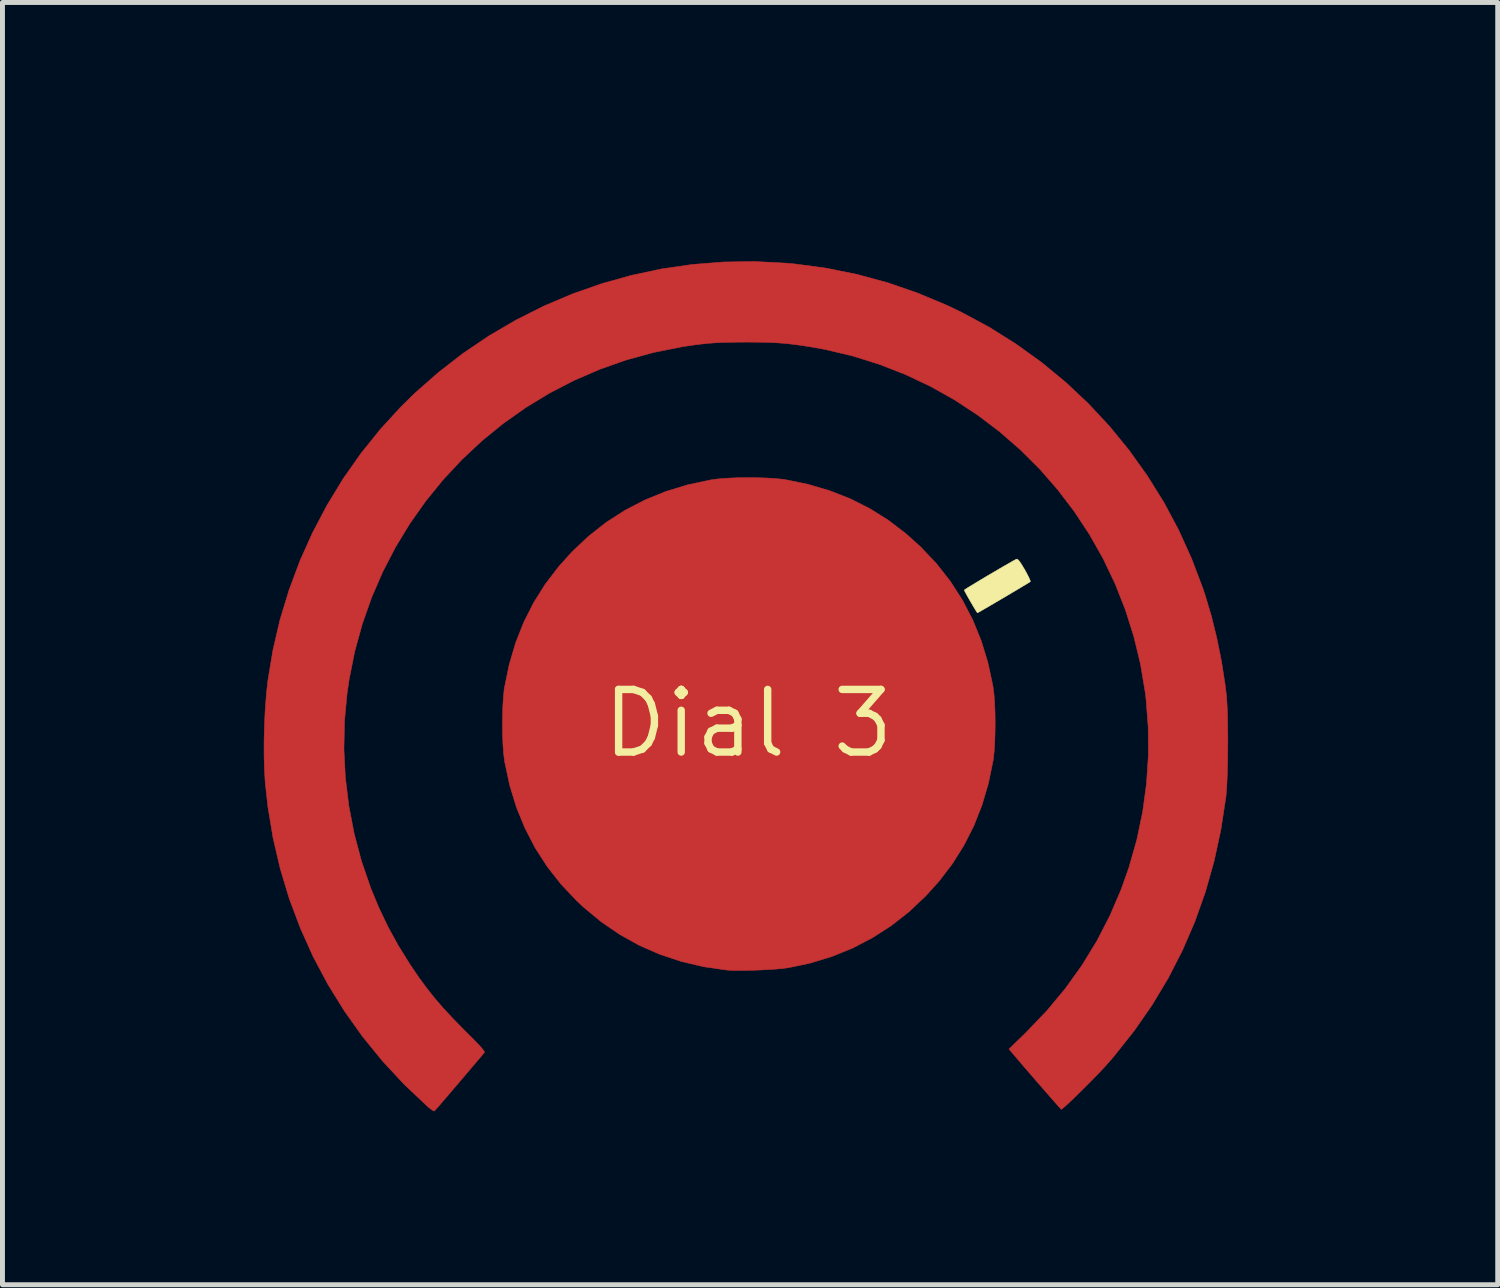
<source format=kicad_pcb>
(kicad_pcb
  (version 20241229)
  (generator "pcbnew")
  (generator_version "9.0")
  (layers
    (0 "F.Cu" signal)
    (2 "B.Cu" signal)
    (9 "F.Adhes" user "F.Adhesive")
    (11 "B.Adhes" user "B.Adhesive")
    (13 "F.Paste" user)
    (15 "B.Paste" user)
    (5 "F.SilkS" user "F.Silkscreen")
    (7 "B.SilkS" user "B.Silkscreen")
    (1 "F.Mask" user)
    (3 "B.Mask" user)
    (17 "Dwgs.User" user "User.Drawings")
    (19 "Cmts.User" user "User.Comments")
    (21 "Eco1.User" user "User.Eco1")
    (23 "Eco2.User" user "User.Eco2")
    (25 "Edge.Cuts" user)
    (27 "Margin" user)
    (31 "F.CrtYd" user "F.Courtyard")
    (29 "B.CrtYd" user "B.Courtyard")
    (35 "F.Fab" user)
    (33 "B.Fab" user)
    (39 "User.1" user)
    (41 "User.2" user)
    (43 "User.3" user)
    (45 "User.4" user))
  (footprint "Dial 3"
    (layer "F.Cu")
    (at 12.13 11.626)
    (property "Reference" "Dial 3" (at 0 0 0) (layer "F.SilkS") (effects (font (size 1.27 1.27) (thickness 0.15))))
    (attr through_hole)
    (fp_poly (pts (xy 0.178 -4.985) (xy 0.375 -4.979) (xy 0.554 -4.968) (xy 0.705 -4.953) (xy 0.751 -4.946) (xy 1.216 -4.85) (xy 1.656 -4.72) (xy 2.072 -4.557) (xy 2.467 -4.357) (xy 2.842 -4.122) (xy 3.199 -3.849) (xy 3.5 -3.578) (xy 3.818 -3.241) (xy 4.099 -2.883) (xy 4.344 -2.503) (xy 4.553 -2.101) (xy 4.725 -1.678) (xy 4.861 -1.233) (xy 4.961 -0.766) (xy 4.967 -0.73) (xy 4.984 -0.592) (xy 4.997 -0.423) (xy 5.005 -0.231) (xy 5.008 -0.028) (xy 5.006 0.177) (xy 5 0.374) (xy 4.989 0.553) (xy 4.974 0.704) (xy 4.967 0.751) (xy 4.871 1.216) (xy 4.741 1.656) (xy 4.577 2.073) (xy 4.377 2.468) (xy 4.142 2.844) (xy 3.869 3.201) (xy 3.599 3.5) (xy 3.262 3.818) (xy 2.903 4.1) (xy 2.522 4.345) (xy 2.121 4.555) (xy 1.698 4.727) (xy 1.257 4.862) (xy 0.815 4.955) (xy 0.713 4.969) (xy 0.579 4.982) (xy 0.423 4.992) (xy 0.255 5.001) (xy 0.083 5.007) (xy -0.082 5.011) (xy -0.232 5.012) (xy -0.356 5.009) (xy -0.434 5.003) (xy -0.907 4.935) (xy -1.36 4.828) (xy -1.795 4.684) (xy -2.21 4.502) (xy -2.606 4.282) (xy -2.982 4.025) (xy -3.339 3.73) (xy -3.479 3.599) (xy -3.797 3.263) (xy -4.078 2.905) (xy -4.323 2.525) (xy -4.531 2.123) (xy -4.704 1.7) (xy -4.84 1.255) (xy -4.94 0.787) (xy -4.946 0.751) (xy -4.963 0.613) (xy -4.976 0.443) (xy -4.984 0.252) (xy -4.987 0.048) (xy -4.985 -0.157) (xy -4.979 -0.354) (xy -4.968 -0.533) (xy -4.953 -0.684) (xy -4.946 -0.73) (xy -4.85 -1.195) (xy -4.72 -1.635) (xy -4.556 -2.051) (xy -4.357 -2.445) (xy -4.122 -2.82) (xy -3.85 -3.177) (xy -3.578 -3.479) (xy -3.242 -3.797) (xy -2.884 -4.078) (xy -2.504 -4.323) (xy -2.102 -4.531) (xy -1.679 -4.704) (xy -1.234 -4.84) (xy -0.766 -4.94) (xy -0.73 -4.946) (xy -0.592 -4.963) (xy -0.422 -4.976) (xy -0.231 -4.984) (xy -0.027 -4.987) (xy 0.178 -4.985)) (stroke (width 0.01) (type solid)) (fill yes) (layer "F.Cu"))
    (fp_poly (pts (xy 0.762 -9.338) (xy 0.942 -9.322) (xy 1.582 -9.236) (xy 2.209 -9.109) (xy 2.824 -8.942) (xy 3.428 -8.734) (xy 4.022 -8.486) (xy 4.329 -8.339) (xy 4.895 -8.034) (xy 5.436 -7.694) (xy 5.951 -7.323) (xy 6.439 -6.921) (xy 6.898 -6.489) (xy 7.328 -6.028) (xy 7.726 -5.541) (xy 8.093 -5.027) (xy 8.428 -4.49) (xy 8.728 -3.929) (xy 8.992 -3.346) (xy 9.221 -2.743) (xy 9.268 -2.602) (xy 9.395 -2.176) (xy 9.506 -1.723) (xy 9.6 -1.258) (xy 9.672 -0.793) (xy 9.698 -0.582) (xy 9.708 -0.457) (xy 9.717 -0.297) (xy 9.723 -0.111) (xy 9.726 0.095) (xy 9.728 0.314) (xy 9.727 0.537) (xy 9.724 0.757) (xy 9.719 0.968) (xy 9.712 1.161) (xy 9.703 1.329) (xy 9.692 1.464) (xy 9.687 1.503) (xy 9.586 2.163) (xy 9.447 2.803) (xy 9.271 3.423) (xy 9.058 4.023) (xy 8.807 4.604) (xy 8.519 5.166) (xy 8.193 5.709) (xy 7.828 6.235) (xy 7.425 6.743) (xy 7.299 6.889) (xy 7.23 6.966) (xy 7.144 7.058) (xy 7.047 7.159) (xy 6.942 7.266) (xy 6.835 7.374) (xy 6.728 7.48) (xy 6.627 7.579) (xy 6.535 7.667) (xy 6.457 7.739) (xy 6.397 7.793) (xy 6.359 7.822) (xy 6.349 7.827) (xy 6.332 7.81) (xy 6.291 7.765) (xy 6.23 7.696) (xy 6.151 7.606) (xy 6.058 7.5) (xy 5.955 7.381) (xy 5.844 7.254) (xy 5.73 7.122) (xy 5.615 6.989) (xy 5.504 6.859) (xy 5.399 6.736) (xy 5.391 6.726) (xy 5.288 6.606) (xy 5.64 6.264) (xy 6.053 5.832) (xy 6.429 5.381) (xy 6.768 4.908) (xy 7.07 4.415) (xy 7.335 3.901) (xy 7.565 3.365) (xy 7.722 2.921) (xy 7.881 2.363) (xy 8 1.795) (xy 8.078 1.222) (xy 8.116 0.645) (xy 8.112 0.069) (xy 8.068 -0.503) (xy 8.053 -0.624) (xy 7.957 -1.2) (xy 7.822 -1.76) (xy 7.65 -2.305) (xy 7.442 -2.833) (xy 7.199 -3.342) (xy 6.923 -3.831) (xy 6.615 -4.298) (xy 6.277 -4.742) (xy 5.911 -5.162) (xy 5.516 -5.555) (xy 5.096 -5.921) (xy 4.651 -6.258) (xy 4.183 -6.565) (xy 3.692 -6.84) (xy 3.182 -7.081) (xy 2.653 -7.287) (xy 2.106 -7.458) (xy 1.542 -7.59) (xy 1.27 -7.639) (xy 1.078 -7.669) (xy 0.906 -7.692) (xy 0.743 -7.71) (xy 0.58 -7.722) (xy 0.405 -7.73) (xy 0.21 -7.734) (xy -0.017 -7.736) (xy -0.042 -7.736) (xy -0.273 -7.734) (xy -0.471 -7.731) (xy -0.647 -7.723) (xy -0.811 -7.711) (xy -0.974 -7.694) (xy -1.144 -7.672) (xy -1.334 -7.643) (xy -1.355 -7.639) (xy -1.925 -7.525) (xy -2.479 -7.373) (xy -3.017 -7.183) (xy -3.537 -6.958) (xy -4.037 -6.699) (xy -4.515 -6.408) (xy -4.972 -6.085) (xy -5.404 -5.733) (xy -5.811 -5.352) (xy -6.191 -4.945) (xy -6.543 -4.512) (xy -6.865 -4.056) (xy -7.156 -3.577) (xy -7.415 -3.078) (xy -7.64 -2.559) (xy -7.829 -2.022) (xy -7.982 -1.469) (xy -8.096 -0.901) (xy -8.137 -0.627) (xy -8.191 -0.055) (xy -8.203 0.52) (xy -8.174 1.095) (xy -8.104 1.669) (xy -7.995 2.237) (xy -7.846 2.797) (xy -7.657 3.346) (xy -7.5 3.725) (xy -7.313 4.118) (xy -7.102 4.503) (xy -6.86 4.893) (xy -6.844 4.916) (xy -6.685 5.15) (xy -6.528 5.364) (xy -6.366 5.569) (xy -6.191 5.772) (xy -5.996 5.982) (xy -5.775 6.208) (xy -5.763 6.22) (xy -5.637 6.345) (xy -5.539 6.445) (xy -5.465 6.521) (xy -5.413 6.579) (xy -5.379 6.62) (xy -5.36 6.649) (xy -5.354 6.668) (xy -5.358 6.682) (xy -5.361 6.685) (xy -5.382 6.709) (xy -5.426 6.762) (xy -5.491 6.838) (xy -5.574 6.935) (xy -5.67 7.049) (xy -5.777 7.175) (xy -5.871 7.286) (xy -5.984 7.418) (xy -6.088 7.54) (xy -6.181 7.648) (xy -6.258 7.738) (xy -6.318 7.806) (xy -6.356 7.849) (xy -6.37 7.863) (xy -6.393 7.855) (xy -6.439 7.825) (xy -6.498 7.777) (xy -6.512 7.765) (xy -6.984 7.318) (xy -7.422 6.846) (xy -7.826 6.35) (xy -8.195 5.831) (xy -8.529 5.291) (xy -8.827 4.731) (xy -9.087 4.152) (xy -9.311 3.557) (xy -9.495 2.947) (xy -9.641 2.322) (xy -9.746 1.686) (xy -9.8 1.196) (xy -9.815 0.942) (xy -9.823 0.658) (xy -9.823 0.355) (xy -9.815 0.043) (xy -9.801 -0.264) (xy -9.779 -0.557) (xy -9.752 -0.825) (xy -9.746 -0.868) (xy -9.643 -1.489) (xy -9.5 -2.103) (xy -9.317 -2.705) (xy -9.097 -3.295) (xy -8.84 -3.869) (xy -8.547 -4.425) (xy -8.22 -4.962) (xy -7.86 -5.475) (xy -7.467 -5.964) (xy -7.044 -6.426) (xy -6.77 -6.695) (xy -6.287 -7.12) (xy -5.782 -7.511) (xy -5.256 -7.866) (xy -4.71 -8.185) (xy -4.147 -8.468) (xy -3.569 -8.713) (xy -2.977 -8.921) (xy -2.373 -9.09) (xy -1.759 -9.221) (xy -1.136 -9.311) (xy -0.508 -9.361) (xy 0.126 -9.371) (xy 0.762 -9.338)) (stroke (width 0.01) (type solid)) (fill yes) (layer "F.Cu"))
    (fp_poly (pts (xy 0.445 -9.525) (xy -0.127 -9.525) (xy -0.127 -11.62) (xy 0.445 -11.62) (xy 0.445 -9.525)) (stroke (width 0.01) (type solid)) (fill yes) (layer "F.Mask"))
    (fp_poly (pts (xy 12.137 -0.206) (xy 12.162 -0.206) (xy 12.163 -0.206) (xy 12.165 -0.184) (xy 12.169 -0.128) (xy 12.175 -0.045) (xy 12.181 0.057) (xy 12.182 0.09) (xy 12.198 0.381) (xy 11.607 0.381) (xy 11.421 0.382) (xy 11.218 0.383) (xy 11.012 0.386) (xy 10.816 0.389) (xy 10.642 0.393) (xy 10.557 0.395) (xy 10.097 0.409) (xy 10.097 -0.184) (xy 11.127 -0.197) (xy 11.332 -0.199) (xy 11.523 -0.202) (xy 11.697 -0.203) (xy 11.849 -0.205) (xy 11.976 -0.206) (xy 12.073 -0.206) (xy 12.137 -0.206)) (stroke (width 0.01) (type solid)) (fill yes) (layer "F.Mask"))
    (fp_poly (pts (xy -10.033 0.423) (xy -10.622 0.423) (xy -10.808 0.424) (xy -11.008 0.426) (xy -11.21 0.428) (xy -11.403 0.431) (xy -11.572 0.435) (xy -11.657 0.437) (xy -12.103 0.451) (xy -12.118 0.184) (xy -12.123 0.079) (xy -12.125 -0.011) (xy -12.125 -0.079) (xy -12.121 -0.115) (xy -12.121 -0.116) (xy -12.113 -0.126) (xy -12.092 -0.133) (xy -12.055 -0.139) (xy -11.998 -0.143) (xy -11.914 -0.146) (xy -11.8 -0.147) (xy -11.651 -0.148) (xy -11.551 -0.148) (xy -11.365 -0.149) (xy -11.159 -0.151) (xy -10.949 -0.153) (xy -10.748 -0.157) (xy -10.569 -0.161) (xy -10.513 -0.162) (xy -10.033 -0.176) (xy -10.033 0.423)) (stroke (width 0.01) (type solid)) (fill yes) (layer "F.Mask"))
    (fp_poly (pts (xy 7.904 6.565) (xy 7.95 6.605) (xy 8.018 6.668) (xy 8.106 6.75) (xy 8.21 6.847) (xy 8.326 6.957) (xy 8.451 7.075) (xy 8.581 7.199) (xy 8.712 7.324) (xy 8.841 7.448) (xy 8.964 7.566) (xy 9.078 7.676) (xy 9.178 7.774) (xy 9.262 7.856) (xy 9.325 7.92) (xy 9.365 7.961) (xy 9.377 7.975) (xy 9.363 7.997) (xy 9.326 8.042) (xy 9.272 8.101) (xy 9.209 8.169) (xy 9.143 8.237) (xy 9.081 8.3) (xy 9.03 8.349) (xy 8.997 8.377) (xy 8.988 8.382) (xy 8.968 8.367) (xy 8.921 8.327) (xy 8.851 8.263) (xy 8.761 8.18) (xy 8.654 8.08) (xy 8.535 7.967) (xy 8.407 7.845) (xy 8.403 7.841) (xy 8.266 7.709) (xy 8.131 7.578) (xy 8.002 7.453) (xy 7.886 7.34) (xy 7.786 7.243) (xy 7.707 7.166) (xy 7.664 7.123) (xy 7.486 6.945) (xy 7.673 6.748) (xy 7.746 6.674) (xy 7.809 6.613) (xy 7.857 6.57) (xy 7.884 6.551) (xy 7.886 6.551) (xy 7.904 6.565)) (stroke (width 0.01) (type solid)) (fill yes) (layer "F.Mask"))
    (fp_poly (pts (xy -8.689 -8.13) (xy -8.642 -8.089) (xy -8.573 -8.025) (xy -8.485 -7.942) (xy -8.38 -7.845) (xy -8.264 -7.735) (xy -8.14 -7.617) (xy -8.011 -7.494) (xy -7.881 -7.37) (xy -7.754 -7.248) (xy -7.634 -7.131) (xy -7.524 -7.025) (xy -7.427 -6.93) (xy -7.349 -6.853) (xy -7.294 -6.797) (xy -7.211 -6.711) (xy -7.399 -6.515) (xy -7.472 -6.44) (xy -7.535 -6.378) (xy -7.582 -6.334) (xy -7.608 -6.314) (xy -7.609 -6.314) (xy -7.628 -6.327) (xy -7.675 -6.367) (xy -7.745 -6.431) (xy -7.837 -6.516) (xy -7.947 -6.619) (xy -8.071 -6.738) (xy -8.209 -6.869) (xy -8.355 -7.01) (xy -8.361 -7.016) (xy -8.507 -7.158) (xy -8.643 -7.291) (xy -8.767 -7.413) (xy -8.875 -7.52) (xy -8.964 -7.61) (xy -9.032 -7.679) (xy -9.075 -7.725) (xy -9.091 -7.744) (xy -9.091 -7.744) (xy -9.077 -7.771) (xy -9.04 -7.818) (xy -8.986 -7.879) (xy -8.923 -7.948) (xy -8.858 -8.015) (xy -8.797 -8.075) (xy -8.746 -8.12) (xy -8.714 -8.143) (xy -8.708 -8.145) (xy -8.689 -8.13)) (stroke (width 0.01) (type solid)) (fill yes) (layer "F.Mask"))
    (fp_poly (pts (xy 8.541 -8.027) (xy 8.584 -7.99) (xy 8.641 -7.935) (xy 8.707 -7.87) (xy 8.773 -7.802) (xy 8.833 -7.738) (xy 8.88 -7.684) (xy 8.907 -7.648) (xy 8.911 -7.638) (xy 8.896 -7.621) (xy 8.854 -7.577) (xy 8.789 -7.512) (xy 8.704 -7.428) (xy 8.602 -7.329) (xy 8.487 -7.217) (xy 8.364 -7.098) (xy 8.234 -6.974) (xy 8.103 -6.848) (xy 7.974 -6.724) (xy 7.849 -6.606) (xy 7.734 -6.496) (xy 7.631 -6.399) (xy 7.544 -6.318) (xy 7.477 -6.256) (xy 7.432 -6.217) (xy 7.415 -6.204) (xy 7.395 -6.219) (xy 7.352 -6.26) (xy 7.292 -6.32) (xy 7.221 -6.393) (xy 7.209 -6.405) (xy 7.02 -6.605) (xy 7.082 -6.67) (xy 7.126 -6.715) (xy 7.193 -6.782) (xy 7.28 -6.866) (xy 7.383 -6.966) (xy 7.498 -7.077) (xy 7.622 -7.196) (xy 7.75 -7.319) (xy 7.88 -7.443) (xy 8.007 -7.564) (xy 8.129 -7.678) (xy 8.24 -7.783) (xy 8.337 -7.875) (xy 8.418 -7.949) (xy 8.477 -8.004) (xy 8.512 -8.034) (xy 8.519 -8.039) (xy 8.541 -8.027)) (stroke (width 0.01) (type solid)) (fill yes) (layer "F.Mask"))
    (fp_poly (pts (xy -8.134 6.471) (xy -8.092 6.51) (xy -8.037 6.567) (xy -7.974 6.634) (xy -7.91 6.704) (xy -7.851 6.77) (xy -7.805 6.826) (xy -7.777 6.863) (xy -7.772 6.875) (xy -7.789 6.894) (xy -7.833 6.939) (xy -7.901 7.006) (xy -7.988 7.092) (xy -8.092 7.192) (xy -8.208 7.304) (xy -8.332 7.423) (xy -8.462 7.548) (xy -8.593 7.673) (xy -8.722 7.795) (xy -8.846 7.912) (xy -8.96 8.019) (xy -9.06 8.114) (xy -9.144 8.192) (xy -9.208 8.25) (xy -9.247 8.284) (xy -9.259 8.293) (xy -9.282 8.28) (xy -9.328 8.242) (xy -9.389 8.183) (xy -9.459 8.11) (xy -9.469 8.099) (xy -9.538 8.024) (xy -9.595 7.959) (xy -9.634 7.913) (xy -9.652 7.891) (xy -9.652 7.89) (xy -9.637 7.873) (xy -9.595 7.83) (xy -9.53 7.765) (xy -9.444 7.682) (xy -9.343 7.583) (xy -9.228 7.472) (xy -9.104 7.353) (xy -8.975 7.229) (xy -8.844 7.103) (xy -8.714 6.979) (xy -8.59 6.861) (xy -8.474 6.751) (xy -8.371 6.654) (xy -8.284 6.572) (xy -8.217 6.51) (xy -8.172 6.47) (xy -8.155 6.456) (xy -8.134 6.471)) (stroke (width 0.01) (type solid)) (fill yes) (layer "F.Mask"))
    (fp_poly (pts (xy 0.204 -4.984) (xy 0.404 -4.977) (xy 0.584 -4.965) (xy 0.732 -4.947) (xy 0.74 -4.946) (xy 1.192 -4.854) (xy 1.628 -4.725) (xy 2.047 -4.559) (xy 2.445 -4.359) (xy 2.822 -4.126) (xy 3.175 -3.863) (xy 3.503 -3.57) (xy 3.803 -3.25) (xy 4.075 -2.904) (xy 4.316 -2.534) (xy 4.524 -2.141) (xy 4.698 -1.728) (xy 4.836 -1.296) (xy 4.889 -1.079) (xy 4.96 -0.674) (xy 4.998 -0.254) (xy 5.001 0.173) (xy 4.972 0.596) (xy 4.909 1.008) (xy 4.857 1.238) (xy 4.724 1.674) (xy 4.555 2.093) (xy 4.349 2.493) (xy 4.11 2.872) (xy 3.838 3.228) (xy 3.537 3.557) (xy 3.207 3.859) (xy 2.851 4.129) (xy 2.47 4.367) (xy 2.292 4.462) (xy 1.865 4.657) (xy 1.427 4.811) (xy 0.982 4.924) (xy 0.762 4.964) (xy 0.655 4.977) (xy 0.517 4.988) (xy 0.356 4.997) (xy 0.183 5.004) (xy 0.007 5.007) (xy -0.163 5.009) (xy -0.318 5.007) (xy -0.447 5.002) (xy -0.529 4.995) (xy -0.995 4.918) (xy -1.444 4.804) (xy -1.877 4.652) (xy -2.29 4.463) (xy -2.683 4.24) (xy -3.052 3.982) (xy -3.398 3.692) (xy -3.717 3.368) (xy -4.009 3.014) (xy -4.046 2.963) (xy -4.297 2.586) (xy -4.509 2.193) (xy -4.683 1.788) (xy -4.82 1.372) (xy -4.92 0.949) (xy -4.982 0.521) (xy -5.007 0.09) (xy -4.995 -0.341) (xy -4.947 -0.769) (xy -4.862 -1.192) (xy -4.741 -1.607) (xy -4.583 -2.011) (xy -4.39 -2.403) (xy -4.161 -2.779) (xy -3.897 -3.136) (xy -3.598 -3.473) (xy -3.556 -3.515) (xy -3.214 -3.829) (xy -2.848 -4.108) (xy -2.46 -4.351) (xy -2.053 -4.557) (xy -1.626 -4.726) (xy -1.183 -4.857) (xy -0.74 -4.946) (xy -0.594 -4.964) (xy -0.416 -4.976) (xy -0.216 -4.984) (xy -0.006 -4.986) (xy 0.204 -4.984)) (stroke (width 0.01) (type solid)) (fill yes) (layer "F.Mask"))
    (fp_poly (pts (xy 0.648 -9.39) (xy 0.942 -9.364) (xy 1.575 -9.278) (xy 2.2 -9.152) (xy 2.814 -8.987) (xy 3.414 -8.783) (xy 3.999 -8.541) (xy 4.566 -8.262) (xy 5.113 -7.948) (xy 5.638 -7.598) (xy 5.807 -7.475) (xy 6.016 -7.314) (xy 6.203 -7.165) (xy 6.377 -7.018) (xy 6.548 -6.864) (xy 6.727 -6.693) (xy 6.89 -6.531) (xy 7.304 -6.093) (xy 7.681 -5.642) (xy 8.024 -5.174) (xy 8.339 -4.682) (xy 8.63 -4.16) (xy 8.711 -4) (xy 8.98 -3.415) (xy 9.21 -2.814) (xy 9.4 -2.199) (xy 9.55 -1.568) (xy 9.661 -0.922) (xy 9.698 -0.624) (xy 9.708 -0.499) (xy 9.717 -0.34) (xy 9.723 -0.153) (xy 9.726 0.053) (xy 9.728 0.271) (xy 9.727 0.495) (xy 9.724 0.715) (xy 9.719 0.925) (xy 9.712 1.118) (xy 9.703 1.286) (xy 9.692 1.422) (xy 9.687 1.46) (xy 9.586 2.121) (xy 9.447 2.76) (xy 9.271 3.38) (xy 9.058 3.98) (xy 8.807 4.561) (xy 8.519 5.123) (xy 8.193 5.667) (xy 7.828 6.193) (xy 7.425 6.701) (xy 7.299 6.847) (xy 7.23 6.924) (xy 7.145 7.015) (xy 7.047 7.116) (xy 6.943 7.223) (xy 6.835 7.331) (xy 6.729 7.437) (xy 6.627 7.536) (xy 6.535 7.624) (xy 6.457 7.697) (xy 6.397 7.75) (xy 6.359 7.78) (xy 6.349 7.785) (xy 6.332 7.767) (xy 6.288 7.719) (xy 6.22 7.643) (xy 6.129 7.539) (xy 6.017 7.409) (xy 5.884 7.256) (xy 5.732 7.08) (xy 5.562 6.884) (xy 5.377 6.669) (xy 5.319 6.601) (xy 5.313 6.588) (xy 5.317 6.57) (xy 5.332 6.543) (xy 5.363 6.504) (xy 5.413 6.449) (xy 5.483 6.375) (xy 5.579 6.279) (xy 5.7 6.157) (xy 5.823 6.032) (xy 5.949 5.9) (xy 6.07 5.769) (xy 6.181 5.647) (xy 6.272 5.541) (xy 6.32 5.482) (xy 6.676 5.002) (xy 6.993 4.503) (xy 7.272 3.988) (xy 7.512 3.457) (xy 7.713 2.911) (xy 7.874 2.35) (xy 7.957 1.979) (xy 8.053 1.396) (xy 8.106 0.813) (xy 8.117 0.231) (xy 8.087 -0.348) (xy 8.015 -0.923) (xy 7.903 -1.492) (xy 7.749 -2.052) (xy 7.554 -2.603) (xy 7.319 -3.144) (xy 7.257 -3.27) (xy 6.979 -3.781) (xy 6.667 -4.268) (xy 6.324 -4.729) (xy 5.95 -5.163) (xy 5.547 -5.569) (xy 5.119 -5.945) (xy 4.665 -6.29) (xy 4.188 -6.603) (xy 3.69 -6.882) (xy 3.173 -7.126) (xy 2.638 -7.334) (xy 2.087 -7.505) (xy 1.522 -7.636) (xy 1.27 -7.681) (xy 1.078 -7.711) (xy 0.906 -7.735) (xy 0.743 -7.752) (xy 0.58 -7.764) (xy 0.405 -7.772) (xy 0.21 -7.777) (xy -0.017 -7.778) (xy -0.042 -7.778) (xy -0.273 -7.777) (xy -0.471 -7.773) (xy -0.647 -7.765) (xy -0.811 -7.754) (xy -0.974 -7.737) (xy -1.144 -7.714) (xy -1.334 -7.685) (xy -1.355 -7.681) (xy -1.925 -7.567) (xy -2.485 -7.412) (xy -3.033 -7.217) (xy -3.567 -6.983) (xy -4.085 -6.711) (xy -4.586 -6.402) (xy -5.067 -6.056) (xy -5.243 -5.916) (xy -5.366 -5.811) (xy -5.509 -5.68) (xy -5.664 -5.532) (xy -5.824 -5.372) (xy -5.983 -5.21) (xy -6.132 -5.051) (xy -6.264 -4.904) (xy -6.373 -4.775) (xy -6.383 -4.763) (xy -6.739 -4.284) (xy -7.057 -3.789) (xy -7.337 -3.277) (xy -7.579 -2.75) (xy -7.782 -2.212) (xy -7.946 -1.662) (xy -8.07 -1.102) (xy -8.154 -0.536) (xy -8.197 0.037) (xy -8.2 0.614) (xy -8.161 1.194) (xy -8.08 1.774) (xy -8.042 1.978) (xy -7.906 2.548) (xy -7.733 3.101) (xy -7.52 3.637) (xy -7.268 4.16) (xy -6.976 4.669) (xy -6.844 4.874) (xy -6.685 5.107) (xy -6.528 5.322) (xy -6.366 5.527) (xy -6.191 5.73) (xy -5.996 5.94) (xy -5.775 6.166) (xy -5.763 6.177) (xy -5.637 6.303) (xy -5.539 6.402) (xy -5.465 6.479) (xy -5.413 6.536) (xy -5.379 6.577) (xy -5.36 6.606) (xy -5.354 6.626) (xy -5.358 6.639) (xy -5.361 6.643) (xy -5.382 6.667) (xy -5.426 6.719) (xy -5.491 6.796) (xy -5.574 6.893) (xy -5.67 7.006) (xy -5.777 7.132) (xy -5.871 7.243) (xy -5.984 7.376) (xy -6.088 7.497) (xy -6.181 7.605) (xy -6.258 7.695) (xy -6.318 7.764) (xy -6.356 7.807) (xy -6.37 7.82) (xy -6.393 7.813) (xy -6.439 7.782) (xy -6.498 7.735) (xy -6.512 7.722) (xy -6.984 7.276) (xy -7.422 6.804) (xy -7.826 6.307) (xy -8.195 5.788) (xy -8.529 5.248) (xy -8.827 4.688) (xy -9.087 4.11) (xy -9.311 3.515) (xy -9.495 2.905) (xy -9.641 2.28) (xy -9.746 1.643) (xy -9.8 1.154) (xy -9.815 0.9) (xy -9.823 0.616) (xy -9.823 0.312) (xy -9.815 0.001) (xy -9.801 -0.307) (xy -9.779 -0.6) (xy -9.752 -0.867) (xy -9.746 -0.91) (xy -9.643 -1.532) (xy -9.5 -2.146) (xy -9.317 -2.749) (xy -9.097 -3.339) (xy -8.839 -3.913) (xy -8.546 -4.47) (xy -8.218 -5.007) (xy -7.857 -5.521) (xy -7.465 -6.01) (xy -7.041 -6.472) (xy -6.844 -6.667) (xy -6.367 -7.096) (xy -5.866 -7.492) (xy -5.345 -7.852) (xy -4.803 -8.176) (xy -4.244 -8.465) (xy -3.669 -8.716) (xy -3.08 -8.93) (xy -2.478 -9.106) (xy -1.866 -9.243) (xy -1.246 -9.341) (xy -0.619 -9.398) (xy 0.013 -9.415) (xy 0.648 -9.39)) (stroke (width 0.01) (type solid)) (fill yes) (layer "F.Mask"))
    (fp_poly (pts (xy 5.464 -3.329) (xy 5.493 -3.299) (xy 5.535 -3.239) (xy 5.591 -3.146) (xy 5.607 -3.12) (xy 5.655 -3.032) (xy 5.693 -2.957) (xy 5.716 -2.903) (xy 5.722 -2.877) (xy 5.721 -2.877) (xy 5.7 -2.863) (xy 5.648 -2.831) (xy 5.571 -2.785) (xy 5.475 -2.727) (xy 5.365 -2.662) (xy 5.246 -2.591) (xy 5.125 -2.52) (xy 5.006 -2.45) (xy 4.896 -2.385) (xy 4.799 -2.329) (xy 4.722 -2.285) (xy 4.67 -2.255) (xy 4.648 -2.244) (xy 4.648 -2.244) (xy 4.635 -2.261) (xy 4.606 -2.308) (xy 4.564 -2.377) (xy 4.514 -2.463) (xy 4.511 -2.468) (xy 4.461 -2.555) (xy 4.42 -2.629) (xy 4.392 -2.682) (xy 4.382 -2.706) (xy 4.382 -2.706) (xy 4.399 -2.719) (xy 4.447 -2.75) (xy 4.522 -2.796) (xy 4.616 -2.853) (xy 4.724 -2.918) (xy 4.841 -2.988) (xy 4.962 -3.059) (xy 5.081 -3.129) (xy 5.191 -3.193) (xy 5.289 -3.249) (xy 5.367 -3.294) (xy 5.421 -3.323) (xy 5.443 -3.334) (xy 5.464 -3.329)) (stroke (width 0.01) (type solid)) (fill yes) (layer "F.SilkS")))
  (gr_rect
    (start -3 -3)
    (end 27.333 23.012)
    (stroke (width 0.1) (type default))
    (fill no)
    (layer "Edge.Cuts")))
</source>
